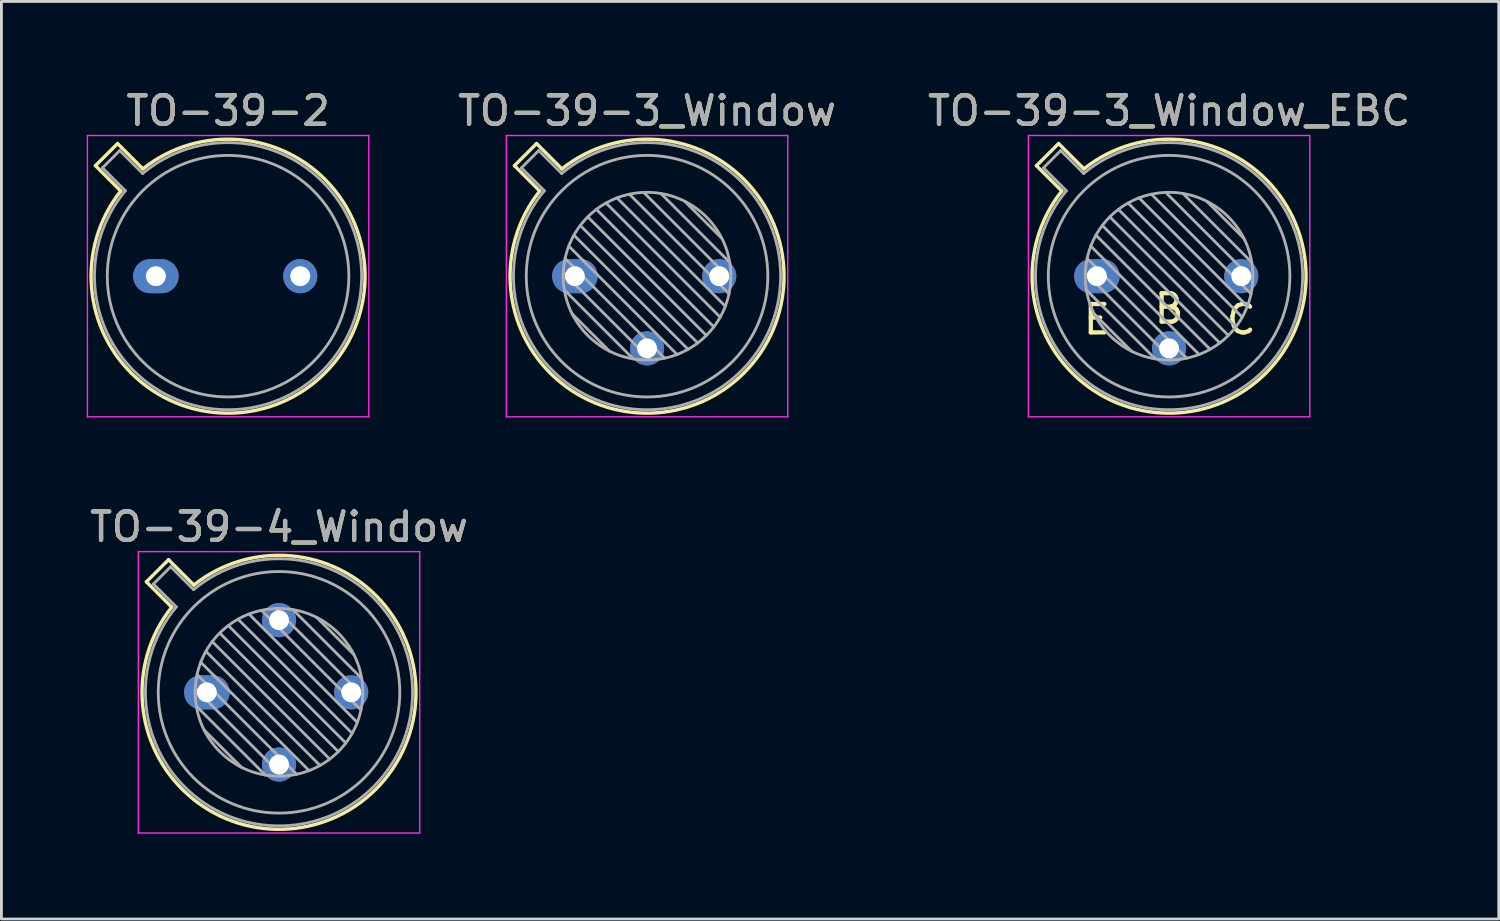
<source format=kicad_pcb>
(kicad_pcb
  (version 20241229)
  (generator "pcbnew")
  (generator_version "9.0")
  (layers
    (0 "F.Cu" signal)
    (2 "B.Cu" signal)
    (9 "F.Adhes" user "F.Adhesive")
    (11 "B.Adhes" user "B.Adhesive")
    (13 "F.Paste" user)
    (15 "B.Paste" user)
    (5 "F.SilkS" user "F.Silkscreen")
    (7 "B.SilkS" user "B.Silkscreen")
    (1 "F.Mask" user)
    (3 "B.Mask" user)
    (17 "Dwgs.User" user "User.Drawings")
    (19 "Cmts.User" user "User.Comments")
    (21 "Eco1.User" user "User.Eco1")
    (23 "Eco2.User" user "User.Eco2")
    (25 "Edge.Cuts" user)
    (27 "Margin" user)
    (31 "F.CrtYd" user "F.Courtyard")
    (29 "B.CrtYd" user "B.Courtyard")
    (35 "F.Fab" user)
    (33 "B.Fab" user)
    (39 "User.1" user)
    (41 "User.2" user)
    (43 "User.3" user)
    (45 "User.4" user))
  (footprint "TO-39-3_Window"
    (layer "F.Cu")
    (at 17.178 6.668)
    (property "Reference" "TO-39-3_Window" (at 2.54 -5.82 0) (layer "F.SilkS") (effects (font (size 1 1) (thickness 0.15))))
    (attr through_hole)
    (fp_line (start -2.126 -3.888) (end -1.235 -2.997) (stroke (width 0.12) (type solid)) (layer "F.SilkS"))
    (fp_line (start -1.348 -4.666) (end -2.126 -3.888) (stroke (width 0.12) (type solid)) (layer "F.SilkS"))
    (fp_line (start -0.457 -3.775) (end -1.348 -4.666) (stroke (width 0.12) (type solid)) (layer "F.SilkS"))
    (fp_arc (start -0.457084 -3.774902) (mid 5.948125 3.408384) (end -1.234674 -2.997371) (stroke (width 0.12) (type solid)) (layer "F.SilkS"))
    (fp_line (start -2.41 -4.95) (end -2.41 4.95) (stroke (width 0.05) (type solid)) (layer "F.CrtYd"))
    (fp_line (start -2.41 4.95) (end 7.49 4.95) (stroke (width 0.05) (type solid)) (layer "F.CrtYd"))
    (fp_line (start 7.49 -4.95) (end -2.41 -4.95) (stroke (width 0.05) (type solid)) (layer "F.CrtYd"))
    (fp_line (start 7.49 4.95) (end 7.49 -4.95) (stroke (width 0.05) (type solid)) (layer "F.CrtYd"))
    (fp_line (start -1.88 -3.812) (end -1.074 -3.005) (stroke (width 0.1) (type solid)) (layer "F.Fab"))
    (fp_line (start -1.272 -4.42) (end -1.88 -3.812) (stroke (width 0.1) (type solid)) (layer "F.Fab"))
    (fp_line (start -0.465 -3.614) (end -1.272 -4.42) (stroke (width 0.1) (type solid)) (layer "F.Fab"))
    (fp_line (start -0.408 -0.12) (end 2.66 2.948) (stroke (width 0.1) (type solid)) (layer "F.Fab"))
    (fp_line (start -0.371 0.485) (end 2.055 2.911) (stroke (width 0.1) (type solid)) (layer "F.Fab"))
    (fp_line (start -0.344 -0.622) (end 3.162 2.884) (stroke (width 0.1) (type solid)) (layer "F.Fab"))
    (fp_line (start -0.215 -1.058) (end 3.598 2.755) (stroke (width 0.1) (type solid)) (layer "F.Fab"))
    (fp_line (start -0.097 1.324) (end 1.216 2.637) (stroke (width 0.1) (type solid)) (layer "F.Fab"))
    (fp_line (start -0.034 -1.443) (end 3.983 2.574) (stroke (width 0.1) (type solid)) (layer "F.Fab"))
    (fp_line (start 0.19 -1.784) (end 4.324 2.35) (stroke (width 0.1) (type solid)) (layer "F.Fab"))
    (fp_line (start 0.454 -2.086) (end 4.626 2.086) (stroke (width 0.1) (type solid)) (layer "F.Fab"))
    (fp_line (start 0.756 -2.35) (end 4.89 1.784) (stroke (width 0.1) (type solid)) (layer "F.Fab"))
    (fp_line (start 1.097 -2.574) (end 5.114 1.443) (stroke (width 0.1) (type solid)) (layer "F.Fab"))
    (fp_line (start 1.482 -2.755) (end 5.295 1.058) (stroke (width 0.1) (type solid)) (layer "F.Fab"))
    (fp_line (start 1.918 -2.884) (end 5.424 0.622) (stroke (width 0.1) (type solid)) (layer "F.Fab"))
    (fp_line (start 2.42 -2.948) (end 5.488 0.12) (stroke (width 0.1) (type solid)) (layer "F.Fab"))
    (fp_line (start 3.025 -2.911) (end 5.451 -0.485) (stroke (width 0.1) (type solid)) (layer "F.Fab"))
    (fp_line (start 3.864 -2.637) (end 5.177 -1.324) (stroke (width 0.1) (type solid)) (layer "F.Fab"))
    (fp_arc (start -0.465408 -3.61352) (mid 5.863443 3.323361) (end -1.073594 -3.005319) (stroke (width 0.1) (type solid)) (layer "F.Fab"))
    (fp_circle (center 2.54 0) (end 5.49 0) (stroke (width 0.1) (type solid)) (fill no) (layer "F.Fab"))
    (fp_circle (center 2.54 0) (end 6.79 0) (stroke (width 0.1) (type solid)) (fill no) (layer "F.Fab"))
    (fp_text user "${REFERENCE}" (at 2.54 -5.82 0) (layer "F.Fab") (effects (font (size 1 1) (thickness 0.15))))
    (pad "1" thru_hole oval (at 0 0) (size 1.6 1.2) (drill 0.7) (layers "*.Cu" "*.Mask"))
    (pad "2" thru_hole oval (at 2.54 2.54) (size 1.2 1.2) (drill 0.7) (layers "*.Cu" "*.Mask"))
    (pad "3" thru_hole oval (at 5.08 0) (size 1.2 1.2) (drill 0.7) (layers "*.Cu" "*.Mask")))
  (footprint "TO-39-4_Window"
    (layer "F.Cu")
    (at 4.228 21.311)
    (property "Reference" "TO-39-4_Window" (at 2.54 -5.82 0) (layer "F.SilkS") (effects (font (size 1 1) (thickness 0.15))))
    (attr through_hole)
    (fp_line (start -2.126 -3.888) (end -1.235 -2.997) (stroke (width 0.12) (type solid)) (layer "F.SilkS"))
    (fp_line (start -1.348 -4.666) (end -2.126 -3.888) (stroke (width 0.12) (type solid)) (layer "F.SilkS"))
    (fp_line (start -0.457 -3.775) (end -1.348 -4.666) (stroke (width 0.12) (type solid)) (layer "F.SilkS"))
    (fp_arc (start -0.457084 -3.774902) (mid 5.948125 3.408384) (end -1.234674 -2.997371) (stroke (width 0.12) (type solid)) (layer "F.SilkS"))
    (fp_line (start -2.41 -4.95) (end -2.41 4.95) (stroke (width 0.05) (type solid)) (layer "F.CrtYd"))
    (fp_line (start -2.41 4.95) (end 7.49 4.95) (stroke (width 0.05) (type solid)) (layer "F.CrtYd"))
    (fp_line (start 7.49 -4.95) (end -2.41 -4.95) (stroke (width 0.05) (type solid)) (layer "F.CrtYd"))
    (fp_line (start 7.49 4.95) (end 7.49 -4.95) (stroke (width 0.05) (type solid)) (layer "F.CrtYd"))
    (fp_line (start -1.88 -3.812) (end -1.074 -3.005) (stroke (width 0.1) (type solid)) (layer "F.Fab"))
    (fp_line (start -1.272 -4.42) (end -1.88 -3.812) (stroke (width 0.1) (type solid)) (layer "F.Fab"))
    (fp_line (start -0.465 -3.614) (end -1.272 -4.42) (stroke (width 0.1) (type solid)) (layer "F.Fab"))
    (fp_line (start -0.408 -0.12) (end 2.66 2.948) (stroke (width 0.1) (type solid)) (layer "F.Fab"))
    (fp_line (start -0.371 0.485) (end 2.055 2.911) (stroke (width 0.1) (type solid)) (layer "F.Fab"))
    (fp_line (start -0.344 -0.622) (end 3.162 2.884) (stroke (width 0.1) (type solid)) (layer "F.Fab"))
    (fp_line (start -0.215 -1.058) (end 3.598 2.755) (stroke (width 0.1) (type solid)) (layer "F.Fab"))
    (fp_line (start -0.097 1.324) (end 1.216 2.637) (stroke (width 0.1) (type solid)) (layer "F.Fab"))
    (fp_line (start -0.034 -1.443) (end 3.983 2.574) (stroke (width 0.1) (type solid)) (layer "F.Fab"))
    (fp_line (start 0.19 -1.784) (end 4.324 2.35) (stroke (width 0.1) (type solid)) (layer "F.Fab"))
    (fp_line (start 0.454 -2.086) (end 4.626 2.086) (stroke (width 0.1) (type solid)) (layer "F.Fab"))
    (fp_line (start 0.756 -2.35) (end 4.89 1.784) (stroke (width 0.1) (type solid)) (layer "F.Fab"))
    (fp_line (start 1.097 -2.574) (end 5.114 1.443) (stroke (width 0.1) (type solid)) (layer "F.Fab"))
    (fp_line (start 1.482 -2.755) (end 5.295 1.058) (stroke (width 0.1) (type solid)) (layer "F.Fab"))
    (fp_line (start 1.918 -2.884) (end 5.424 0.622) (stroke (width 0.1) (type solid)) (layer "F.Fab"))
    (fp_line (start 2.42 -2.948) (end 5.488 0.12) (stroke (width 0.1) (type solid)) (layer "F.Fab"))
    (fp_line (start 3.025 -2.911) (end 5.451 -0.485) (stroke (width 0.1) (type solid)) (layer "F.Fab"))
    (fp_line (start 3.864 -2.637) (end 5.177 -1.324) (stroke (width 0.1) (type solid)) (layer "F.Fab"))
    (fp_arc (start -0.465408 -3.61352) (mid 5.863443 3.323361) (end -1.073594 -3.005319) (stroke (width 0.1) (type solid)) (layer "F.Fab"))
    (fp_circle (center 2.54 0) (end 5.49 0) (stroke (width 0.1) (type solid)) (fill no) (layer "F.Fab"))
    (fp_circle (center 2.54 0) (end 6.79 0) (stroke (width 0.1) (type solid)) (fill no) (layer "F.Fab"))
    (fp_text user "${REFERENCE}" (at 2.54 -5.82 0) (layer "F.Fab") (effects (font (size 1 1) (thickness 0.15))))
    (pad "1" thru_hole oval (at 0 0) (size 1.6 1.2) (drill 0.7) (layers "*.Cu" "*.Mask"))
    (pad "2" thru_hole oval (at 2.54 2.54) (size 1.2 1.2) (drill 0.7) (layers "*.Cu" "*.Mask"))
    (pad "3" thru_hole oval (at 5.08 0) (size 1.2 1.2) (drill 0.7) (layers "*.Cu" "*.Mask"))
    (pad "4" thru_hole oval (at 2.54 -2.54) (size 1.2 1.2) (drill 0.7) (layers "*.Cu" "*.Mask")))
  (footprint "TO-39-2"
    (layer "F.Cu")
    (at 2.435 6.668)
    (property "Reference" "TO-39-2" (at 2.54 -5.82 0) (layer "F.SilkS") (effects (font (size 1 1) (thickness 0.15))))
    (attr through_hole)
    (fp_line (start -2.126 -3.888) (end -1.235 -2.997) (stroke (width 0.12) (type solid)) (layer "F.SilkS"))
    (fp_line (start -1.348 -4.666) (end -2.126 -3.888) (stroke (width 0.12) (type solid)) (layer "F.SilkS"))
    (fp_line (start -0.457 -3.775) (end -1.348 -4.666) (stroke (width 0.12) (type solid)) (layer "F.SilkS"))
    (fp_arc (start -0.457084 -3.774902) (mid 5.948125 3.408384) (end -1.234674 -2.997371) (stroke (width 0.12) (type solid)) (layer "F.SilkS"))
    (fp_line (start -2.41 -4.95) (end -2.41 4.95) (stroke (width 0.05) (type solid)) (layer "F.CrtYd"))
    (fp_line (start -2.41 4.95) (end 7.49 4.95) (stroke (width 0.05) (type solid)) (layer "F.CrtYd"))
    (fp_line (start 7.49 -4.95) (end -2.41 -4.95) (stroke (width 0.05) (type solid)) (layer "F.CrtYd"))
    (fp_line (start 7.49 4.95) (end 7.49 -4.95) (stroke (width 0.05) (type solid)) (layer "F.CrtYd"))
    (fp_line (start -1.88 -3.812) (end -1.074 -3.005) (stroke (width 0.1) (type solid)) (layer "F.Fab"))
    (fp_line (start -1.272 -4.42) (end -1.88 -3.812) (stroke (width 0.1) (type solid)) (layer "F.Fab"))
    (fp_line (start -0.465 -3.614) (end -1.272 -4.42) (stroke (width 0.1) (type solid)) (layer "F.Fab"))
    (fp_arc (start -0.465408 -3.61352) (mid 5.863443 3.323361) (end -1.073594 -3.005319) (stroke (width 0.1) (type solid)) (layer "F.Fab"))
    (fp_circle (center 2.54 0) (end 6.79 0) (stroke (width 0.1) (type solid)) (fill no) (layer "F.Fab"))
    (fp_text user "${REFERENCE}" (at 2.54 -5.82 0) (layer "F.Fab") (effects (font (size 1 1) (thickness 0.15))))
    (pad "1" thru_hole oval (at 0 0) (size 1.6 1.2) (drill 0.7) (layers "*.Cu" "*.Mask"))
    (pad "2" thru_hole oval (at 5.08 0) (size 1.2 1.2) (drill 0.7) (layers "*.Cu" "*.Mask")))
  (footprint "TO-39-3_Window_EBC"
    (layer "F.Cu")
    (at 35.547 6.668)
    (property "Reference" "TO-39-3_Window_EBC" (at 2.54 -5.82 0) (layer "F.SilkS") (effects (font (size 1 1) (thickness 0.15))))
    (fp_line (start -2.126 -3.888) (end -1.235 -2.997) (stroke (width 0.12) (type solid)) (layer "F.SilkS"))
    (fp_line (start -1.348 -4.666) (end -2.126 -3.888) (stroke (width 0.12) (type solid)) (layer "F.SilkS"))
    (fp_line (start -0.457 -3.775) (end -1.348 -4.666) (stroke (width 0.12) (type solid)) (layer "F.SilkS"))
    (fp_arc (start -0.457084 -3.774902) (mid 5.948125 3.408384) (end -1.234674 -2.997371) (stroke (width 0.12) (type solid)) (layer "F.SilkS"))
    (fp_line (start -2.41 -4.95) (end -2.41 4.95) (stroke (width 0.05) (type solid)) (layer "F.CrtYd"))
    (fp_line (start -2.41 4.95) (end 7.49 4.95) (stroke (width 0.05) (type solid)) (layer "F.CrtYd"))
    (fp_line (start 7.49 -4.95) (end -2.41 -4.95) (stroke (width 0.05) (type solid)) (layer "F.CrtYd"))
    (fp_line (start 7.49 4.95) (end 7.49 -4.95) (stroke (width 0.05) (type solid)) (layer "F.CrtYd"))
    (fp_line (start -1.88 -3.812) (end -1.074 -3.005) (stroke (width 0.1) (type solid)) (layer "F.Fab"))
    (fp_line (start -1.272 -4.42) (end -1.88 -3.812) (stroke (width 0.1) (type solid)) (layer "F.Fab"))
    (fp_line (start -0.465 -3.614) (end -1.272 -4.42) (stroke (width 0.1) (type solid)) (layer "F.Fab"))
    (fp_line (start -0.408 -0.12) (end 2.66 2.948) (stroke (width 0.1) (type solid)) (layer "F.Fab"))
    (fp_line (start -0.371 0.485) (end 2.055 2.911) (stroke (width 0.1) (type solid)) (layer "F.Fab"))
    (fp_line (start -0.344 -0.622) (end 3.162 2.884) (stroke (width 0.1) (type solid)) (layer "F.Fab"))
    (fp_line (start -0.215 -1.058) (end 3.598 2.755) (stroke (width 0.1) (type solid)) (layer "F.Fab"))
    (fp_line (start -0.097 1.324) (end 1.216 2.637) (stroke (width 0.1) (type solid)) (layer "F.Fab"))
    (fp_line (start -0.034 -1.443) (end 3.983 2.574) (stroke (width 0.1) (type solid)) (layer "F.Fab"))
    (fp_line (start 0.19 -1.784) (end 4.324 2.35) (stroke (width 0.1) (type solid)) (layer "F.Fab"))
    (fp_line (start 0.454 -2.086) (end 4.626 2.086) (stroke (width 0.1) (type solid)) (layer "F.Fab"))
    (fp_line (start 0.756 -2.35) (end 4.89 1.784) (stroke (width 0.1) (type solid)) (layer "F.Fab"))
    (fp_line (start 1.097 -2.574) (end 5.114 1.443) (stroke (width 0.1) (type solid)) (layer "F.Fab"))
    (fp_line (start 1.482 -2.755) (end 5.295 1.058) (stroke (width 0.1) (type solid)) (layer "F.Fab"))
    (fp_line (start 1.918 -2.884) (end 5.424 0.622) (stroke (width 0.1) (type solid)) (layer "F.Fab"))
    (fp_line (start 2.42 -2.948) (end 5.488 0.12) (stroke (width 0.1) (type solid)) (layer "F.Fab"))
    (fp_line (start 3.025 -2.911) (end 5.451 -0.485) (stroke (width 0.1) (type solid)) (layer "F.Fab"))
    (fp_line (start 3.864 -2.637) (end 5.177 -1.324) (stroke (width 0.1) (type solid)) (layer "F.Fab"))
    (fp_arc (start -0.465408 -3.61352) (mid 5.863443 3.323361) (end -1.073594 -3.005319) (stroke (width 0.1) (type solid)) (layer "F.Fab"))
    (fp_circle (center 2.54 0) (end 5.49 0) (stroke (width 0.1) (type solid)) (fill no) (layer "F.Fab"))
    (fp_circle (center 2.54 0) (end 6.79 0) (stroke (width 0.1) (type solid)) (fill no) (layer "F.Fab"))
    (fp_text user "E" (at 0 1.524 0) (unlocked yes) (layer "F.SilkS") (effects (font (size 1 1) (thickness 0.15))))
    (fp_text user "C" (at 5.08 1.524 0) (unlocked yes) (layer "F.SilkS") (effects (font (size 1 1) (thickness 0.15))))
    (fp_text user "B" (at 2.54 1.143 0) (unlocked yes) (layer "F.SilkS") (effects (font (size 1 1) (thickness 0.15))))
    (fp_text user "${REFERENCE}" (at 2.54 -5.82 0) (layer "F.Fab") (effects (font (size 1 1) (thickness 0.15))))
    (pad "1" thru_hole oval (at 0 0) (size 1.6 1.2) (drill 0.7) (layers "*.Cu" "*.Mask"))
    (pad "2" thru_hole oval (at 2.54 2.54) (size 1.2 1.2) (drill 0.7) (layers "*.Cu" "*.Mask"))
    (pad "3" thru_hole oval (at 5.08 0) (size 1.2 1.2) (drill 0.7) (layers "*.Cu" "*.Mask")))
  (gr_rect
    (start -3 -3)
    (end 49.688 29.287)
    (stroke (width 0.1) (type default))
    (fill no)
    (layer "Edge.Cuts")))
</source>
